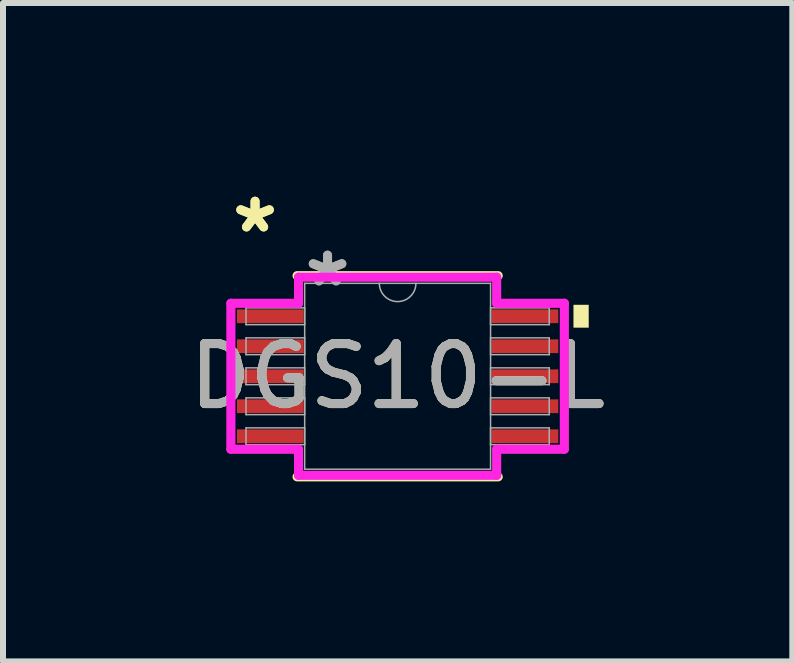
<source format=kicad_pcb>
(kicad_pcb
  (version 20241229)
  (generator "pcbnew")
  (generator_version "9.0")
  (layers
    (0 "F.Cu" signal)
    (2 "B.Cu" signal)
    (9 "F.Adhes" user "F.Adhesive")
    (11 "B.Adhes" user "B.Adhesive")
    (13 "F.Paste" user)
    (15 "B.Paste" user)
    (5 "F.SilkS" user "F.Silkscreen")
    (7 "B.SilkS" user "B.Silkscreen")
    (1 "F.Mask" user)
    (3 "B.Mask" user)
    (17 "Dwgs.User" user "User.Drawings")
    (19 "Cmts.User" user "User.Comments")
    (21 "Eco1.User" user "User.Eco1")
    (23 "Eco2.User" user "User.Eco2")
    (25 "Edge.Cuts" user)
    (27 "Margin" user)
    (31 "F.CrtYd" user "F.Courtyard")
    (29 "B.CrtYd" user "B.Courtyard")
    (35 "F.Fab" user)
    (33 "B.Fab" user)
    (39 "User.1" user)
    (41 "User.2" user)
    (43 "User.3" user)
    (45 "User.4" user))
  (footprint "DGS10-L"
    (layer "F.Cu")
    (at 3.577 3.221)
    (property "Reference" "DGS10-L" (at 0 0 0) (unlocked yes) (layer "F.SilkS") (effects (font (size 1 1) (thickness 0.15))))
    (attr smd)
    (fp_line (start -1.676 1.676) (end 1.676 1.676) (stroke (width 0.152) (type solid)) (layer "F.SilkS"))
    (fp_line (start 1.676 -1.676) (end -1.676 -1.676) (stroke (width 0.152) (type solid)) (layer "F.SilkS"))
    (fp_poly (pts (xy 3.185 -1.191) (xy 3.185 -0.81) (xy 2.931 -0.81) (xy 2.931 -1.191)) (stroke (width 0) (type solid)) (fill yes) (layer "F.SilkS"))
    (fp_line (start -2.779 -1.216) (end -1.651 -1.216) (stroke (width 0.152) (type solid)) (layer "F.CrtYd"))
    (fp_line (start -2.779 1.216) (end -2.779 -1.216) (stroke (width 0.152) (type solid)) (layer "F.CrtYd"))
    (fp_line (start -2.779 1.216) (end -1.651 1.216) (stroke (width 0.152) (type solid)) (layer "F.CrtYd"))
    (fp_line (start -1.651 -1.651) (end 1.651 -1.651) (stroke (width 0.152) (type solid)) (layer "F.CrtYd"))
    (fp_line (start -1.651 -1.216) (end -1.651 -1.651) (stroke (width 0.152) (type solid)) (layer "F.CrtYd"))
    (fp_line (start -1.651 1.651) (end -1.651 1.216) (stroke (width 0.152) (type solid)) (layer "F.CrtYd"))
    (fp_line (start 1.651 -1.651) (end 1.651 -1.216) (stroke (width 0.152) (type solid)) (layer "F.CrtYd"))
    (fp_line (start 1.651 1.216) (end 1.651 1.651) (stroke (width 0.152) (type solid)) (layer "F.CrtYd"))
    (fp_line (start 1.651 1.651) (end -1.651 1.651) (stroke (width 0.152) (type solid)) (layer "F.CrtYd"))
    (fp_line (start 2.779 -1.216) (end 1.651 -1.216) (stroke (width 0.152) (type solid)) (layer "F.CrtYd"))
    (fp_line (start 2.779 -1.216) (end 2.779 1.216) (stroke (width 0.152) (type solid)) (layer "F.CrtYd"))
    (fp_line (start 2.779 1.216) (end 1.651 1.216) (stroke (width 0.152) (type solid)) (layer "F.CrtYd"))
    (fp_line (start -2.527 -1.14) (end -2.527 -0.86) (stroke (width 0.025) (type solid)) (layer "F.Fab"))
    (fp_line (start -2.527 -0.86) (end -1.549 -0.86) (stroke (width 0.025) (type solid)) (layer "F.Fab"))
    (fp_line (start -2.527 -0.64) (end -2.527 -0.36) (stroke (width 0.025) (type solid)) (layer "F.Fab"))
    (fp_line (start -2.527 -0.36) (end -1.549 -0.36) (stroke (width 0.025) (type solid)) (layer "F.Fab"))
    (fp_line (start -2.527 -0.14) (end -2.527 0.14) (stroke (width 0.025) (type solid)) (layer "F.Fab"))
    (fp_line (start -2.527 0.14) (end -1.549 0.14) (stroke (width 0.025) (type solid)) (layer "F.Fab"))
    (fp_line (start -2.527 0.36) (end -2.527 0.64) (stroke (width 0.025) (type solid)) (layer "F.Fab"))
    (fp_line (start -2.527 0.64) (end -1.549 0.64) (stroke (width 0.025) (type solid)) (layer "F.Fab"))
    (fp_line (start -2.527 0.86) (end -2.527 1.14) (stroke (width 0.025) (type solid)) (layer "F.Fab"))
    (fp_line (start -2.527 1.14) (end -1.549 1.14) (stroke (width 0.025) (type solid)) (layer "F.Fab"))
    (fp_line (start -1.549 -1.549) (end -1.549 1.549) (stroke (width 0.025) (type solid)) (layer "F.Fab"))
    (fp_line (start -1.549 -1.14) (end -2.527 -1.14) (stroke (width 0.025) (type solid)) (layer "F.Fab"))
    (fp_line (start -1.549 -0.86) (end -1.549 -1.14) (stroke (width 0.025) (type solid)) (layer "F.Fab"))
    (fp_line (start -1.549 -0.64) (end -2.527 -0.64) (stroke (width 0.025) (type solid)) (layer "F.Fab"))
    (fp_line (start -1.549 -0.36) (end -1.549 -0.64) (stroke (width 0.025) (type solid)) (layer "F.Fab"))
    (fp_line (start -1.549 -0.14) (end -2.527 -0.14) (stroke (width 0.025) (type solid)) (layer "F.Fab"))
    (fp_line (start -1.549 0.14) (end -1.549 -0.14) (stroke (width 0.025) (type solid)) (layer "F.Fab"))
    (fp_line (start -1.549 0.36) (end -2.527 0.36) (stroke (width 0.025) (type solid)) (layer "F.Fab"))
    (fp_line (start -1.549 0.64) (end -1.549 0.36) (stroke (width 0.025) (type solid)) (layer "F.Fab"))
    (fp_line (start -1.549 0.86) (end -2.527 0.86) (stroke (width 0.025) (type solid)) (layer "F.Fab"))
    (fp_line (start -1.549 1.14) (end -1.549 0.86) (stroke (width 0.025) (type solid)) (layer "F.Fab"))
    (fp_line (start -1.549 1.549) (end 1.549 1.549) (stroke (width 0.025) (type solid)) (layer "F.Fab"))
    (fp_line (start 1.549 -1.549) (end -1.549 -1.549) (stroke (width 0.025) (type solid)) (layer "F.Fab"))
    (fp_line (start 1.549 -1.14) (end 1.549 -0.86) (stroke (width 0.025) (type solid)) (layer "F.Fab"))
    (fp_line (start 1.549 -0.86) (end 2.527 -0.86) (stroke (width 0.025) (type solid)) (layer "F.Fab"))
    (fp_line (start 1.549 -0.64) (end 1.549 -0.36) (stroke (width 0.025) (type solid)) (layer "F.Fab"))
    (fp_line (start 1.549 -0.36) (end 2.527 -0.36) (stroke (width 0.025) (type solid)) (layer "F.Fab"))
    (fp_line (start 1.549 -0.14) (end 1.549 0.14) (stroke (width 0.025) (type solid)) (layer "F.Fab"))
    (fp_line (start 1.549 0.14) (end 2.527 0.14) (stroke (width 0.025) (type solid)) (layer "F.Fab"))
    (fp_line (start 1.549 0.36) (end 1.549 0.64) (stroke (width 0.025) (type solid)) (layer "F.Fab"))
    (fp_line (start 1.549 0.64) (end 2.527 0.64) (stroke (width 0.025) (type solid)) (layer "F.Fab"))
    (fp_line (start 1.549 0.86) (end 1.549 1.14) (stroke (width 0.025) (type solid)) (layer "F.Fab"))
    (fp_line (start 1.549 1.14) (end 2.527 1.14) (stroke (width 0.025) (type solid)) (layer "F.Fab"))
    (fp_line (start 1.549 1.549) (end 1.549 -1.549) (stroke (width 0.025) (type solid)) (layer "F.Fab"))
    (fp_line (start 2.527 -1.14) (end 1.549 -1.14) (stroke (width 0.025) (type solid)) (layer "F.Fab"))
    (fp_line (start 2.527 -0.86) (end 2.527 -1.14) (stroke (width 0.025) (type solid)) (layer "F.Fab"))
    (fp_line (start 2.527 -0.64) (end 1.549 -0.64) (stroke (width 0.025) (type solid)) (layer "F.Fab"))
    (fp_line (start 2.527 -0.36) (end 2.527 -0.64) (stroke (width 0.025) (type solid)) (layer "F.Fab"))
    (fp_line (start 2.527 -0.14) (end 1.549 -0.14) (stroke (width 0.025) (type solid)) (layer "F.Fab"))
    (fp_line (start 2.527 0.14) (end 2.527 -0.14) (stroke (width 0.025) (type solid)) (layer "F.Fab"))
    (fp_line (start 2.527 0.36) (end 1.549 0.36) (stroke (width 0.025) (type solid)) (layer "F.Fab"))
    (fp_line (start 2.527 0.64) (end 2.527 0.36) (stroke (width 0.025) (type solid)) (layer "F.Fab"))
    (fp_line (start 2.527 0.86) (end 1.549 0.86) (stroke (width 0.025) (type solid)) (layer "F.Fab"))
    (fp_line (start 2.527 1.14) (end 2.527 0.86) (stroke (width 0.025) (type solid)) (layer "F.Fab"))
    (fp_arc (start 0.3048 -1.5494) (mid 0 -1.2446) (end -0.3048 -1.5494) (stroke (width 0.0254) (type solid)) (layer "F.Fab"))
    (fp_text user "*" (at -2.376 -2.372 0) (unlocked yes) (layer "F.SilkS") (effects (font (size 1 1) (thickness 0.15))))
    (fp_text user "*" (at -2.376 -2.372 0) (layer "F.SilkS") (effects (font (size 1 1) (thickness 0.15))))
    (fp_text user "${REFERENCE}" (at 0 0 0) (unlocked yes) (layer "F.Fab") (effects (font (size 1 1) (thickness 0.15))))
    (fp_text user "*" (at -1.168 -1.473 0) (unlocked yes) (layer "F.Fab") (effects (font (size 1 1) (thickness 0.15))))
    (fp_text user "*" (at -1.168 -1.473 0) (layer "F.Fab") (effects (font (size 1 1) (thickness 0.15))))
    (pad "1" smd rect (at -2.122 -1) (size 1.111 0.229) (layers "F.Cu" "F.Mask" "F.Paste"))
    (pad "2" smd rect (at -2.122 -0.5) (size 1.111 0.229) (layers "F.Cu" "F.Mask" "F.Paste"))
    (pad "3" smd rect (at -2.122 0) (size 1.111 0.229) (layers "F.Cu" "F.Mask" "F.Paste"))
    (pad "4" smd rect (at -2.122 0.5) (size 1.111 0.229) (layers "F.Cu" "F.Mask" "F.Paste"))
    (pad "5" smd rect (at -2.122 1) (size 1.111 0.229) (layers "F.Cu" "F.Mask" "F.Paste"))
    (pad "6" smd rect (at 2.122 1) (size 1.111 0.229) (layers "F.Cu" "F.Mask" "F.Paste"))
    (pad "7" smd rect (at 2.122 0.5) (size 1.111 0.229) (layers "F.Cu" "F.Mask" "F.Paste"))
    (pad "8" smd rect (at 2.122 0) (size 1.111 0.229) (layers "F.Cu" "F.Mask" "F.Paste"))
    (pad "9" smd rect (at 2.122 -0.5) (size 1.111 0.229) (layers "F.Cu" "F.Mask" "F.Paste"))
    (pad "10" smd rect (at 2.122 -1) (size 1.111 0.229) (layers "F.Cu" "F.Mask" "F.Paste")))
  (gr_rect
    (start -3 -3)
    (end 10.155 7.973)
    (stroke (width 0.1) (type default))
    (fill no)
    (layer "Edge.Cuts")))
</source>
